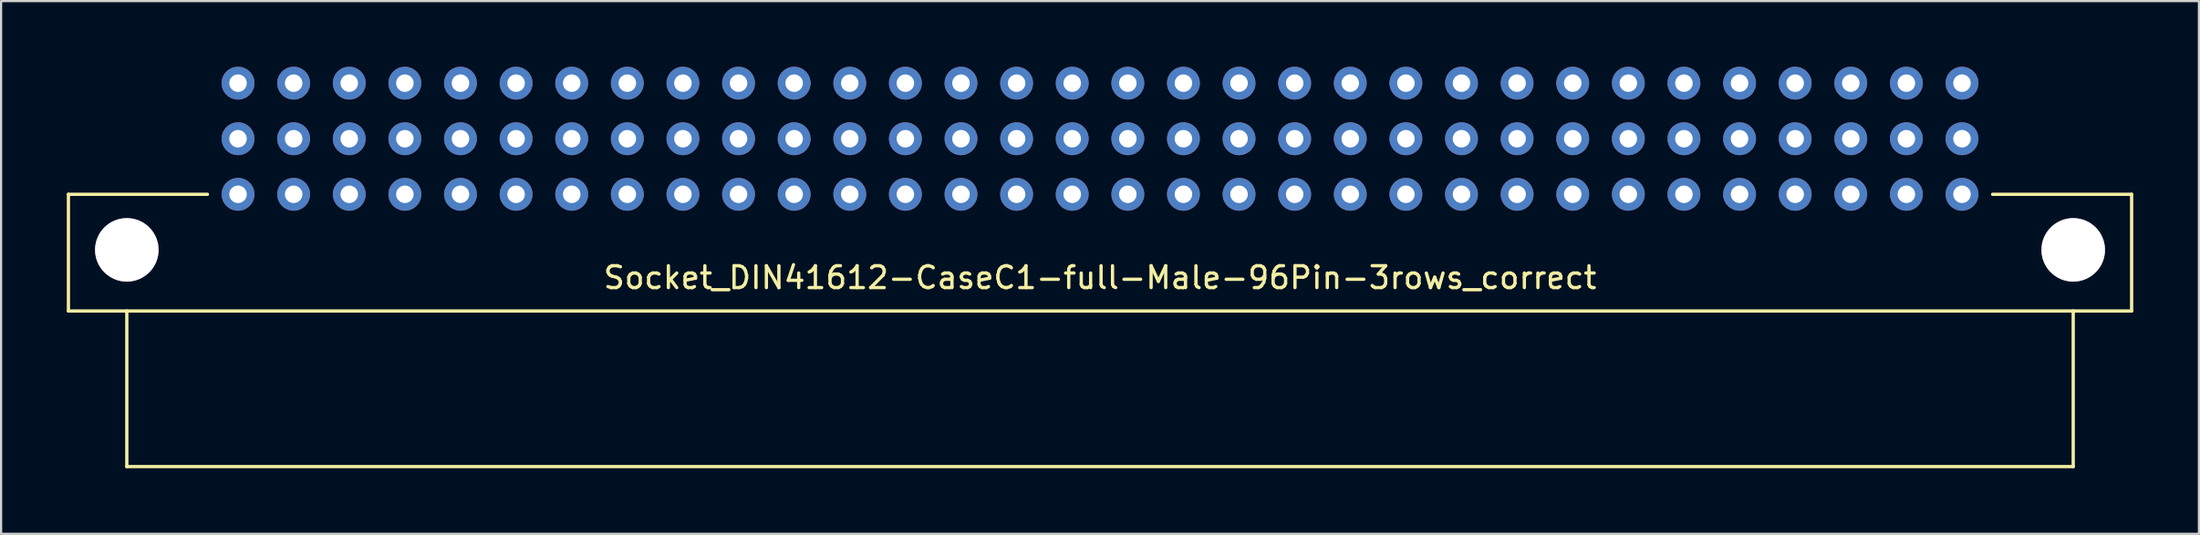
<source format=kicad_pcb>
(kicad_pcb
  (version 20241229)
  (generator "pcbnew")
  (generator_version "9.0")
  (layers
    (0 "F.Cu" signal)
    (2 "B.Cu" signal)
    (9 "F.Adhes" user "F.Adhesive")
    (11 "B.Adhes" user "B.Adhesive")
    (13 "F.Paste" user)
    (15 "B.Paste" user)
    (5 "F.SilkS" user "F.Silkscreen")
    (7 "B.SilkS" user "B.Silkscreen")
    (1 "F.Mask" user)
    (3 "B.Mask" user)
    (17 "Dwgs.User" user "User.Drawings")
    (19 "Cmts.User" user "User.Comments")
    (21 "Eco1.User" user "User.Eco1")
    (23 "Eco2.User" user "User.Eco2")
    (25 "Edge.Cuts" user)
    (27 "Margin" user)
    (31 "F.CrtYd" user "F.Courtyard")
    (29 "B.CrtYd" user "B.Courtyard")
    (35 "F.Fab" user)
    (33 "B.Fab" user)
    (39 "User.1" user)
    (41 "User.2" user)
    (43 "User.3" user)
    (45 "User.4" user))
  (footprint "Socket_DIN41612-CaseC1-full-Male-96Pin-3rows_correct"
    (layer "F.Cu")
    (at 47.192 3.291)
    (property "Reference" "Socket_DIN41612-CaseC1-full-Male-96Pin-3rows_correct" (at 0 6.35 0) (layer "F.SilkS") (effects (font (size 1 1) (thickness 0.15))))
    (attr through_hole)
    (fp_line (start -47.117 2.54) (end -40.767 2.54) (stroke (width 0.15) (type solid)) (layer "F.SilkS"))
    (fp_line (start -47.117 7.874) (end -47.117 2.54) (stroke (width 0.15) (type solid)) (layer "F.SilkS"))
    (fp_line (start -44.45 14.986) (end -44.45 7.874) (stroke (width 0.15) (type solid)) (layer "F.SilkS"))
    (fp_line (start 44.45 7.874) (end 44.45 14.986) (stroke (width 0.15) (type solid)) (layer "F.SilkS"))
    (fp_line (start 44.45 14.986) (end -44.45 14.986) (stroke (width 0.15) (type solid)) (layer "F.SilkS"))
    (fp_line (start 47.117 2.54) (end 40.767 2.54) (stroke (width 0.15) (type solid)) (layer "F.SilkS"))
    (fp_line (start 47.117 2.54) (end 47.117 7.874) (stroke (width 0.15) (type solid)) (layer "F.SilkS"))
    (fp_line (start 47.117 7.874) (end -47.117 7.874) (stroke (width 0.15) (type solid)) (layer "F.SilkS"))
    (pad "1" thru_hole circle (at -44.45 5.08) (size 2.901 2.901) (drill 2.901) (layers "*.Cu" "*.Mask"))
    (pad "1" thru_hole circle (at 44.45 5.08) (size 2.901 2.901) (drill 2.901) (layers "*.Cu" "*.Mask"))
    (pad "1a" thru_hole circle (at 39.37 2.54 180) (size 1.501 1.501) (drill 0.8) (layers "*.Cu" "*.Mask"))
    (pad "1b" thru_hole circle (at 39.37 0 180) (size 1.501 1.501) (drill 0.8) (layers "*.Cu" "*.Mask"))
    (pad "1c" thru_hole circle (at 39.37 -2.54 180) (size 1.501 1.501) (drill 0.8) (layers "*.Cu" "*.Mask"))
    (pad "2a" thru_hole circle (at 36.83 2.54 180) (size 1.501 1.501) (drill 0.8) (layers "*.Cu" "*.Mask"))
    (pad "2b" thru_hole circle (at 36.83 0 180) (size 1.501 1.501) (drill 0.8) (layers "*.Cu" "*.Mask"))
    (pad "2c" thru_hole circle (at 36.83 -2.54 180) (size 1.501 1.501) (drill 0.8) (layers "*.Cu" "*.Mask"))
    (pad "3a" thru_hole circle (at 34.29 2.54 180) (size 1.501 1.501) (drill 0.8) (layers "*.Cu" "*.Mask"))
    (pad "3b" thru_hole circle (at 34.29 0 180) (size 1.501 1.501) (drill 0.8) (layers "*.Cu" "*.Mask"))
    (pad "3c" thru_hole circle (at 34.29 -2.54 180) (size 1.501 1.501) (drill 0.8) (layers "*.Cu" "*.Mask"))
    (pad "4a" thru_hole circle (at 31.75 2.54 180) (size 1.501 1.501) (drill 0.8) (layers "*.Cu" "*.Mask"))
    (pad "4b" thru_hole circle (at 31.75 0 180) (size 1.501 1.501) (drill 0.8) (layers "*.Cu" "*.Mask"))
    (pad "4c" thru_hole circle (at 31.75 -2.54 180) (size 1.501 1.501) (drill 0.8) (layers "*.Cu" "*.Mask"))
    (pad "5a" thru_hole circle (at 29.21 2.54 180) (size 1.501 1.501) (drill 0.8) (layers "*.Cu" "*.Mask"))
    (pad "5b" thru_hole circle (at 29.21 0 180) (size 1.501 1.501) (drill 0.8) (layers "*.Cu" "*.Mask"))
    (pad "5c" thru_hole circle (at 29.21 -2.54 180) (size 1.501 1.501) (drill 0.8) (layers "*.Cu" "*.Mask"))
    (pad "6a" thru_hole circle (at 26.67 2.54 180) (size 1.501 1.501) (drill 0.8) (layers "*.Cu" "*.Mask"))
    (pad "6b" thru_hole circle (at 26.67 0 180) (size 1.501 1.501) (drill 0.8) (layers "*.Cu" "*.Mask"))
    (pad "6c" thru_hole circle (at 26.67 -2.54 180) (size 1.501 1.501) (drill 0.8) (layers "*.Cu" "*.Mask"))
    (pad "7a" thru_hole circle (at 24.13 2.54 180) (size 1.501 1.501) (drill 0.8) (layers "*.Cu" "*.Mask"))
    (pad "7b" thru_hole circle (at 24.13 0 180) (size 1.501 1.501) (drill 0.8) (layers "*.Cu" "*.Mask"))
    (pad "7c" thru_hole circle (at 24.13 -2.54 180) (size 1.501 1.501) (drill 0.8) (layers "*.Cu" "*.Mask"))
    (pad "8a" thru_hole circle (at 21.59 2.54 180) (size 1.501 1.501) (drill 0.8) (layers "*.Cu" "*.Mask"))
    (pad "8b" thru_hole circle (at 21.59 0 180) (size 1.501 1.501) (drill 0.8) (layers "*.Cu" "*.Mask"))
    (pad "8c" thru_hole circle (at 21.59 -2.54 180) (size 1.501 1.501) (drill 0.8) (layers "*.Cu" "*.Mask"))
    (pad "9a" thru_hole circle (at 19.05 2.54 180) (size 1.501 1.501) (drill 0.8) (layers "*.Cu" "*.Mask"))
    (pad "9b" thru_hole circle (at 19.05 0 180) (size 1.501 1.501) (drill 0.8) (layers "*.Cu" "*.Mask"))
    (pad "9c" thru_hole circle (at 19.05 -2.54 180) (size 1.501 1.501) (drill 0.8) (layers "*.Cu" "*.Mask"))
    (pad "10a" thru_hole circle (at 16.51 2.54 180) (size 1.501 1.501) (drill 0.8) (layers "*.Cu" "*.Mask"))
    (pad "10b" thru_hole circle (at 16.51 0 180) (size 1.501 1.501) (drill 0.8) (layers "*.Cu" "*.Mask"))
    (pad "10c" thru_hole circle (at 16.51 -2.54 180) (size 1.501 1.501) (drill 0.8) (layers "*.Cu" "*.Mask"))
    (pad "11a" thru_hole circle (at 13.97 2.54 180) (size 1.501 1.501) (drill 0.8) (layers "*.Cu" "*.Mask"))
    (pad "11b" thru_hole circle (at 13.97 0 180) (size 1.501 1.501) (drill 0.8) (layers "*.Cu" "*.Mask"))
    (pad "11c" thru_hole circle (at 13.97 -2.54 180) (size 1.501 1.501) (drill 0.8) (layers "*.Cu" "*.Mask"))
    (pad "12a" thru_hole circle (at 11.43 2.54 180) (size 1.501 1.501) (drill 0.8) (layers "*.Cu" "*.Mask"))
    (pad "12b" thru_hole circle (at 11.43 0 180) (size 1.501 1.501) (drill 0.8) (layers "*.Cu" "*.Mask"))
    (pad "12c" thru_hole circle (at 11.43 -2.54 180) (size 1.501 1.501) (drill 0.8) (layers "*.Cu" "*.Mask"))
    (pad "13a" thru_hole circle (at 8.89 2.54 180) (size 1.501 1.501) (drill 0.8) (layers "*.Cu" "*.Mask"))
    (pad "13b" thru_hole circle (at 8.89 0 180) (size 1.501 1.501) (drill 0.8) (layers "*.Cu" "*.Mask"))
    (pad "13c" thru_hole circle (at 8.89 -2.54 180) (size 1.501 1.501) (drill 0.8) (layers "*.Cu" "*.Mask"))
    (pad "14a" thru_hole circle (at 6.35 2.54 180) (size 1.501 1.501) (drill 0.8) (layers "*.Cu" "*.Mask"))
    (pad "14b" thru_hole circle (at 6.35 0 180) (size 1.501 1.501) (drill 0.8) (layers "*.Cu" "*.Mask"))
    (pad "14c" thru_hole circle (at 6.35 -2.54 180) (size 1.501 1.501) (drill 0.8) (layers "*.Cu" "*.Mask"))
    (pad "15a" thru_hole circle (at 3.81 2.54 180) (size 1.501 1.501) (drill 0.8) (layers "*.Cu" "*.Mask"))
    (pad "15b" thru_hole circle (at 3.81 0 180) (size 1.501 1.501) (drill 0.8) (layers "*.Cu" "*.Mask"))
    (pad "15c" thru_hole circle (at 3.81 -2.54 180) (size 1.501 1.501) (drill 0.8) (layers "*.Cu" "*.Mask"))
    (pad "16a" thru_hole circle (at 1.27 2.54 180) (size 1.501 1.501) (drill 0.8) (layers "*.Cu" "*.Mask"))
    (pad "16b" thru_hole circle (at 1.27 0 180) (size 1.501 1.501) (drill 0.8) (layers "*.Cu" "*.Mask"))
    (pad "16c" thru_hole circle (at 1.27 -2.54 180) (size 1.501 1.501) (drill 0.8) (layers "*.Cu" "*.Mask"))
    (pad "17a" thru_hole circle (at -1.27 2.54 180) (size 1.501 1.501) (drill 0.8) (layers "*.Cu" "*.Mask"))
    (pad "17b" thru_hole circle (at -1.27 0 180) (size 1.501 1.501) (drill 0.8) (layers "*.Cu" "*.Mask"))
    (pad "17c" thru_hole circle (at -1.27 -2.54 180) (size 1.501 1.501) (drill 0.8) (layers "*.Cu" "*.Mask"))
    (pad "18a" thru_hole circle (at -3.81 2.54 180) (size 1.501 1.501) (drill 0.8) (layers "*.Cu" "*.Mask"))
    (pad "18b" thru_hole circle (at -3.81 0 180) (size 1.501 1.501) (drill 0.8) (layers "*.Cu" "*.Mask"))
    (pad "18c" thru_hole circle (at -3.81 -2.54 180) (size 1.501 1.501) (drill 0.8) (layers "*.Cu" "*.Mask"))
    (pad "19a" thru_hole circle (at -6.35 2.54 180) (size 1.501 1.501) (drill 0.8) (layers "*.Cu" "*.Mask"))
    (pad "19b" thru_hole circle (at -6.35 0 180) (size 1.501 1.501) (drill 0.8) (layers "*.Cu" "*.Mask"))
    (pad "19c" thru_hole circle (at -6.35 -2.54 180) (size 1.501 1.501) (drill 0.8) (layers "*.Cu" "*.Mask"))
    (pad "20a" thru_hole circle (at -8.89 2.54 180) (size 1.501 1.501) (drill 0.8) (layers "*.Cu" "*.Mask"))
    (pad "20b" thru_hole circle (at -8.89 0 180) (size 1.501 1.501) (drill 0.8) (layers "*.Cu" "*.Mask"))
    (pad "20c" thru_hole circle (at -8.89 -2.54 180) (size 1.501 1.501) (drill 0.8) (layers "*.Cu" "*.Mask"))
    (pad "21a" thru_hole circle (at -11.43 2.54 180) (size 1.501 1.501) (drill 0.8) (layers "*.Cu" "*.Mask"))
    (pad "21b" thru_hole circle (at -11.43 0 180) (size 1.501 1.501) (drill 0.8) (layers "*.Cu" "*.Mask"))
    (pad "21c" thru_hole circle (at -11.43 -2.54 180) (size 1.501 1.501) (drill 0.8) (layers "*.Cu" "*.Mask"))
    (pad "22a" thru_hole circle (at -13.97 2.54 180) (size 1.501 1.501) (drill 0.8) (layers "*.Cu" "*.Mask"))
    (pad "22b" thru_hole circle (at -13.97 0 180) (size 1.501 1.501) (drill 0.8) (layers "*.Cu" "*.Mask"))
    (pad "22c" thru_hole circle (at -13.97 -2.54 180) (size 1.501 1.501) (drill 0.8) (layers "*.Cu" "*.Mask"))
    (pad "23a" thru_hole circle (at -16.51 2.54 180) (size 1.501 1.501) (drill 0.8) (layers "*.Cu" "*.Mask"))
    (pad "23b" thru_hole circle (at -16.51 0 180) (size 1.501 1.501) (drill 0.8) (layers "*.Cu" "*.Mask"))
    (pad "23c" thru_hole circle (at -16.51 -2.54 180) (size 1.501 1.501) (drill 0.8) (layers "*.Cu" "*.Mask"))
    (pad "24a" thru_hole circle (at -19.05 2.54 180) (size 1.501 1.501) (drill 0.8) (layers "*.Cu" "*.Mask"))
    (pad "24b" thru_hole circle (at -19.05 0 180) (size 1.501 1.501) (drill 0.8) (layers "*.Cu" "*.Mask"))
    (pad "24c" thru_hole circle (at -19.05 -2.54 180) (size 1.501 1.501) (drill 0.8) (layers "*.Cu" "*.Mask"))
    (pad "25a" thru_hole circle (at -21.59 2.54 180) (size 1.501 1.501) (drill 0.8) (layers "*.Cu" "*.Mask"))
    (pad "25b" thru_hole circle (at -21.59 0 180) (size 1.501 1.501) (drill 0.8) (layers "*.Cu" "*.Mask"))
    (pad "25c" thru_hole circle (at -21.59 -2.54 180) (size 1.501 1.501) (drill 0.8) (layers "*.Cu" "*.Mask"))
    (pad "26a" thru_hole circle (at -24.13 2.54 180) (size 1.501 1.501) (drill 0.8) (layers "*.Cu" "*.Mask"))
    (pad "26b" thru_hole circle (at -24.13 0 180) (size 1.501 1.501) (drill 0.8) (layers "*.Cu" "*.Mask"))
    (pad "26c" thru_hole circle (at -24.13 -2.54 180) (size 1.501 1.501) (drill 0.8) (layers "*.Cu" "*.Mask"))
    (pad "27a" thru_hole circle (at -26.67 2.54 180) (size 1.501 1.501) (drill 0.8) (layers "*.Cu" "*.Mask"))
    (pad "27b" thru_hole circle (at -26.67 0 180) (size 1.501 1.501) (drill 0.8) (layers "*.Cu" "*.Mask"))
    (pad "27c" thru_hole circle (at -26.67 -2.54 180) (size 1.501 1.501) (drill 0.8) (layers "*.Cu" "*.Mask"))
    (pad "28a" thru_hole circle (at -29.21 2.54 180) (size 1.501 1.501) (drill 0.8) (layers "*.Cu" "*.Mask"))
    (pad "28b" thru_hole circle (at -29.21 0 180) (size 1.501 1.501) (drill 0.8) (layers "*.Cu" "*.Mask"))
    (pad "28c" thru_hole circle (at -29.21 -2.54 180) (size 1.501 1.501) (drill 0.8) (layers "*.Cu" "*.Mask"))
    (pad "29a" thru_hole circle (at -31.75 2.54 180) (size 1.501 1.501) (drill 0.8) (layers "*.Cu" "*.Mask"))
    (pad "29b" thru_hole circle (at -31.75 0 180) (size 1.501 1.501) (drill 0.8) (layers "*.Cu" "*.Mask"))
    (pad "29c" thru_hole circle (at -31.75 -2.54 180) (size 1.501 1.501) (drill 0.8) (layers "*.Cu" "*.Mask"))
    (pad "30a" thru_hole circle (at -34.29 2.54 180) (size 1.501 1.501) (drill 0.8) (layers "*.Cu" "*.Mask"))
    (pad "30b" thru_hole circle (at -34.29 0 180) (size 1.501 1.501) (drill 0.8) (layers "*.Cu" "*.Mask"))
    (pad "30c" thru_hole circle (at -34.29 -2.54 180) (size 1.501 1.501) (drill 0.8) (layers "*.Cu" "*.Mask"))
    (pad "31a" thru_hole circle (at -36.83 2.54 180) (size 1.501 1.501) (drill 0.8) (layers "*.Cu" "*.Mask"))
    (pad "31b" thru_hole circle (at -36.83 0 180) (size 1.501 1.501) (drill 0.8) (layers "*.Cu" "*.Mask"))
    (pad "31c" thru_hole circle (at -36.83 -2.54 180) (size 1.501 1.501) (drill 0.8) (layers "*.Cu" "*.Mask"))
    (pad "32a" thru_hole circle (at -39.37 2.54 180) (size 1.501 1.501) (drill 0.8) (layers "*.Cu" "*.Mask"))
    (pad "32b" thru_hole circle (at -39.37 0 180) (size 1.501 1.501) (drill 0.8) (layers "*.Cu" "*.Mask"))
    (pad "32c" thru_hole circle (at -39.37 -2.54 180) (size 1.501 1.501) (drill 0.8) (layers "*.Cu" "*.Mask")))
  (gr_rect
    (start -3 -3)
    (end 97.384 21.352)
    (stroke (width 0.1) (type default))
    (fill no)
    (layer "Edge.Cuts")))
</source>
